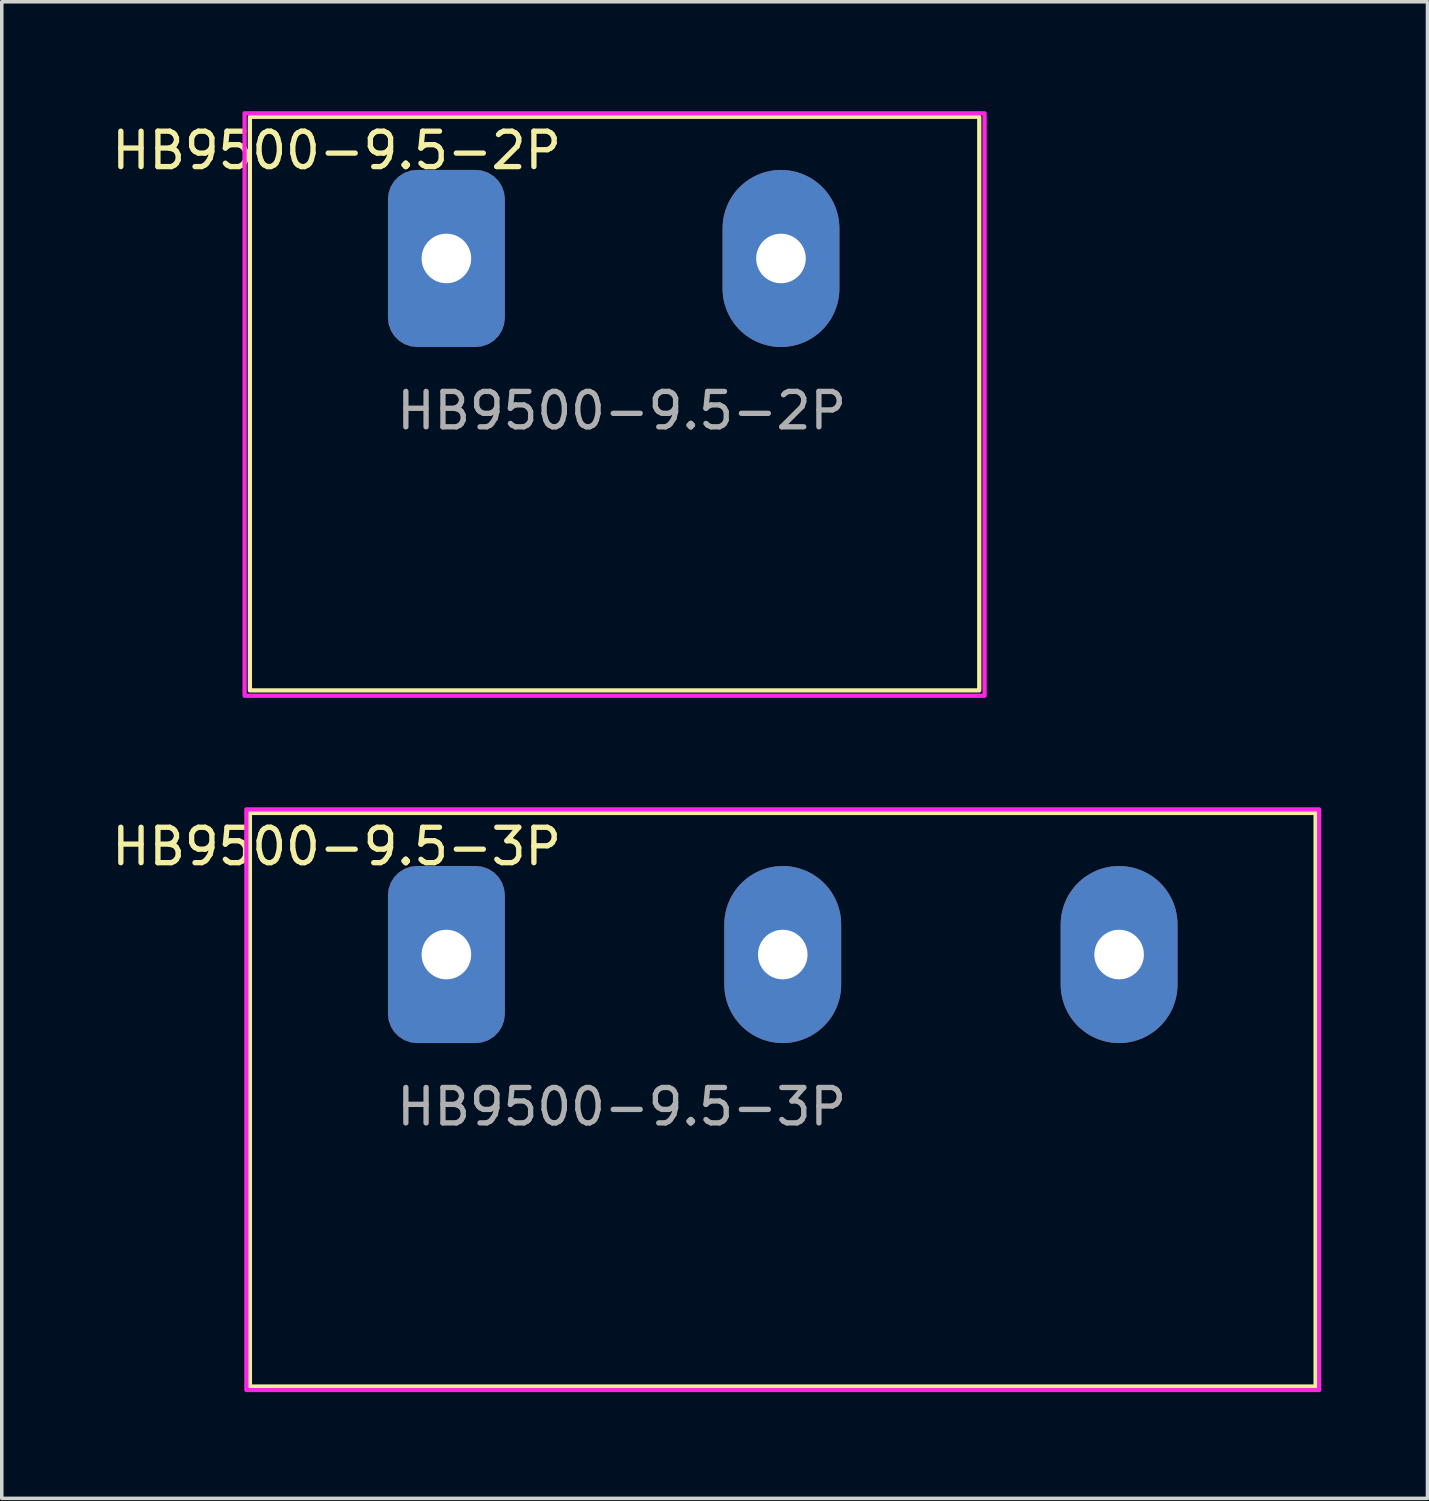
<source format=kicad_pcb>
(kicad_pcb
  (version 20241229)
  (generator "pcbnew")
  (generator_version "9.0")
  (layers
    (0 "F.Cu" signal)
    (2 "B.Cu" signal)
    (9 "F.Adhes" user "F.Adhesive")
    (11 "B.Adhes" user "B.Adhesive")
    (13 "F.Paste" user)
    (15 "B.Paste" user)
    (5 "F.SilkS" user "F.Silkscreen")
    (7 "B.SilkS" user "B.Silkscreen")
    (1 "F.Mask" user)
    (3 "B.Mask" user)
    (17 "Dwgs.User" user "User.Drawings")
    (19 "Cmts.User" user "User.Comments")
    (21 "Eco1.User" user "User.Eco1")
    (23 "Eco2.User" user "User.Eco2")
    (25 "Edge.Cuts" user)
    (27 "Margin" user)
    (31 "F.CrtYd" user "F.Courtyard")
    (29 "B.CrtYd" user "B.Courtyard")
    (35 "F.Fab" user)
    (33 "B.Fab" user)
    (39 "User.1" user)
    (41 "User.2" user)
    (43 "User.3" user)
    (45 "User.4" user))
  (footprint "HB9500-9.5-2P"
    (layer "F.Cu")
    (at 4.008 0.25)
    (property "Reference" "HB9500-9.5-2P" (at 2.45 0.95 0) (unlocked yes) (layer "F.SilkS") (effects (font (size 1 1) (thickness 0.15))))
    (attr through_hole)
    (fp_rect (start 0 0) (end 20.6 16.2) (stroke (width 0.12) (type default)) (fill no) (layer "F.SilkS"))
    (fp_rect (start 20.75 16.35) (end -0.15 -0.1) (stroke (width 0.12) (type default)) (fill no) (layer "F.CrtYd"))
    (fp_text user "${REFERENCE}" (at 10.5 8.3 0) (unlocked yes) (layer "F.Fab") (effects (font (size 1 1) (thickness 0.15))))
    (pad "1" thru_hole roundrect (at 5.55 4) (size 3.3 5) (drill 1.4) (layers "*.Cu" "*.Mask") (roundrect_rratio 0.25))
    (pad "2" thru_hole oval (at 15 4) (size 3.3 5) (drill 1.4) (layers "*.Cu" "*.Mask")))
  (footprint "HB9500-9.5-3P"
    (layer "F.Cu")
    (at 4.008 19.91)
    (property "Reference" "HB9500-9.5-3P" (at 2.45 0.95 0) (unlocked yes) (layer "F.SilkS") (effects (font (size 1 1) (thickness 0.15))))
    (attr through_hole)
    (fp_rect (start 0 0) (end 30.1 16.2) (stroke (width 0.12) (type default)) (fill no) (layer "F.SilkS"))
    (fp_rect (start -0.1 -0.1) (end 30.2 16.3) (stroke (width 0.12) (type default)) (fill no) (layer "F.CrtYd"))
    (fp_text user "${REFERENCE}" (at 10.5 8.3 0) (unlocked yes) (layer "F.Fab") (effects (font (size 1 1) (thickness 0.15))))
    (pad "1" thru_hole roundrect (at 5.55 4) (size 3.3 5) (drill 1.4) (layers "*.Cu" "*.Mask") (roundrect_rratio 0.25))
    (pad "2" thru_hole oval (at 15.05 4) (size 3.3 5) (drill 1.4) (layers "*.Cu" "*.Mask"))
    (pad "3" thru_hole oval (at 24.55 4) (size 3.3 5) (drill 1.4) (layers "*.Cu" "*.Mask")))
  (gr_rect
    (start -3 -3)
    (end 37.268 39.27)
    (stroke (width 0.1) (type default))
    (fill no)
    (layer "Edge.Cuts")))
</source>
